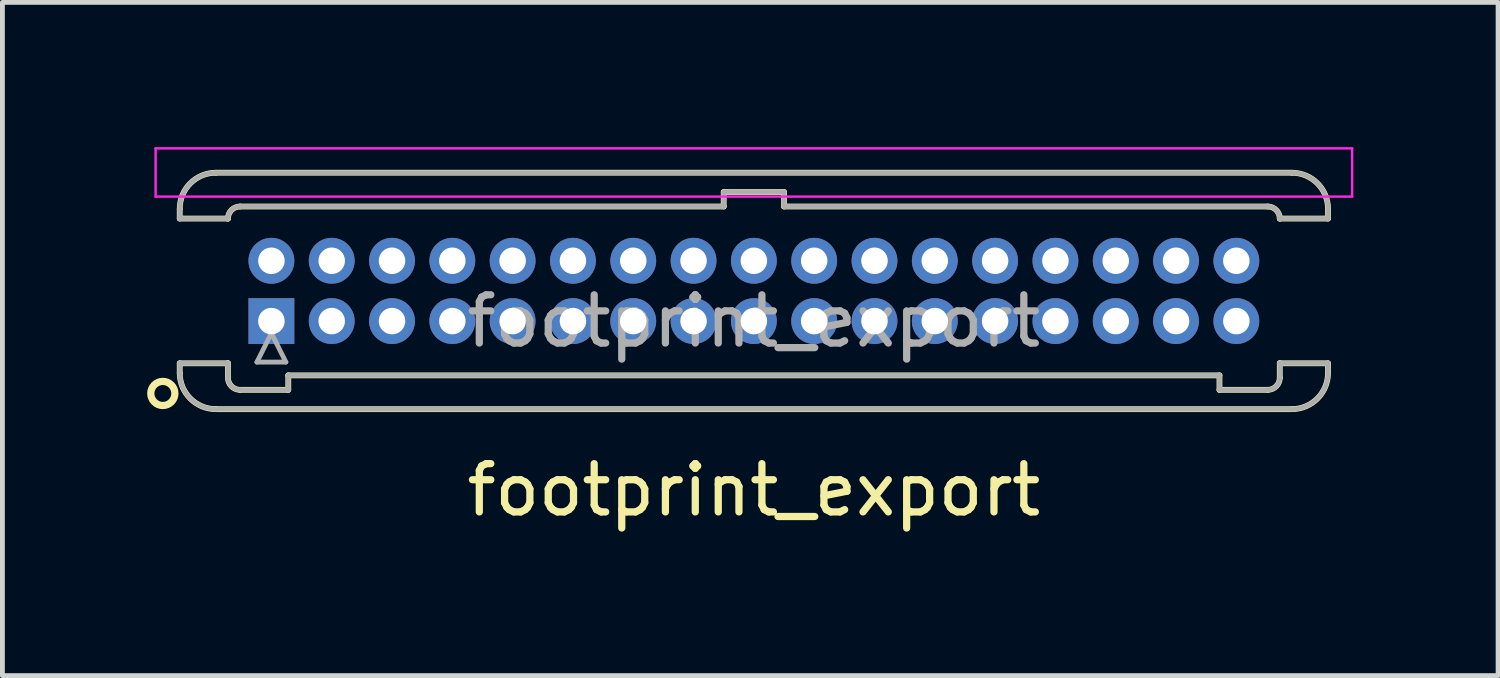
<source format=kicad_pcb>
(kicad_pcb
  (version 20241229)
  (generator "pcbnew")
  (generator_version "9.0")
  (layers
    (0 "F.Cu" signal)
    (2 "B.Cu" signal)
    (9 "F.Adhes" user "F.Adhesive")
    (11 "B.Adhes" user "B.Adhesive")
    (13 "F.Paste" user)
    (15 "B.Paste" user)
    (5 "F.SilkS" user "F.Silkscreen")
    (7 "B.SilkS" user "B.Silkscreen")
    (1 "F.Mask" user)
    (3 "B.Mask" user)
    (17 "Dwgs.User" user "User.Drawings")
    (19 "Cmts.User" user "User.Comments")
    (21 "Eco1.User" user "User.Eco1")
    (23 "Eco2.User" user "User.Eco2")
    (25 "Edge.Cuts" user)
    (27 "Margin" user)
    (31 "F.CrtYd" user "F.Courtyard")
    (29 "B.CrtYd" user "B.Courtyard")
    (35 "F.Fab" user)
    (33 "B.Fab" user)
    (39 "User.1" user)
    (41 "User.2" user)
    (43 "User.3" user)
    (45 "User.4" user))
  (footprint "footprint_export"
    (layer "F.Cu")
    (at 2.575 3.605)
    (property "Reference" "footprint_export" (at 10 3.5 0) (layer "F.SilkS") (effects (font (size 1 1) (thickness 0.15))))
    (attr through_hole)
    (fp_line (start -1.9 -2.325) (end -1.9 -2.125) (stroke (width 0.12) (type solid)) (layer "F.SilkS"))
    (fp_line (start -1.9 -2.125) (end -0.9 -2.125) (stroke (width 0.12) (type solid)) (layer "F.SilkS"))
    (fp_line (start -1.9 0.875) (end -0.9 0.875) (stroke (width 0.12) (type solid)) (layer "F.SilkS"))
    (fp_line (start -1.9 1.075) (end -1.9 0.875) (stroke (width 0.12) (type solid)) (layer "F.SilkS"))
    (fp_line (start -1.15 -3.075) (end 21.15 -3.075) (stroke (width 0.12) (type solid)) (layer "F.SilkS"))
    (fp_line (start -1.15 1.825) (end 21.15 1.825) (stroke (width 0.12) (type solid)) (layer "F.SilkS"))
    (fp_line (start -0.9 -2.125) (end -0.9 -2.125) (stroke (width 0.12) (type solid)) (layer "F.SilkS"))
    (fp_line (start -0.9 0.875) (end -0.9 0.875) (stroke (width 0.12) (type solid)) (layer "F.SilkS"))
    (fp_line (start -0.9 1.175) (end -0.9 0.875) (stroke (width 0.12) (type solid)) (layer "F.SilkS"))
    (fp_line (start -0.65 -2.375) (end 9.375 -2.375) (stroke (width 0.12) (type solid)) (layer "F.SilkS"))
    (fp_line (start -0.65 1.425) (end 0.35 1.425) (stroke (width 0.12) (type solid)) (layer "F.SilkS"))
    (fp_line (start 0.35 1.125) (end 19.65 1.125) (stroke (width 0.12) (type solid)) (layer "F.SilkS"))
    (fp_line (start 0.35 1.425) (end 0.35 1.125) (stroke (width 0.12) (type solid)) (layer "F.SilkS"))
    (fp_line (start 9.375 -2.675) (end 10.625 -2.675) (stroke (width 0.12) (type solid)) (layer "F.SilkS"))
    (fp_line (start 9.375 -2.375) (end 9.375 -2.675) (stroke (width 0.12) (type solid)) (layer "F.SilkS"))
    (fp_line (start 10.625 -2.675) (end 10.625 -2.375) (stroke (width 0.12) (type solid)) (layer "F.SilkS"))
    (fp_line (start 10.625 -2.375) (end 20.65 -2.375) (stroke (width 0.12) (type solid)) (layer "F.SilkS"))
    (fp_line (start 19.65 1.125) (end 19.65 1.425) (stroke (width 0.12) (type solid)) (layer "F.SilkS"))
    (fp_line (start 19.65 1.425) (end 20.65 1.425) (stroke (width 0.12) (type solid)) (layer "F.SilkS"))
    (fp_line (start 20.9 -2.125) (end 20.9 -2.125) (stroke (width 0.12) (type solid)) (layer "F.SilkS"))
    (fp_line (start 20.9 0.875) (end 20.9 0.875) (stroke (width 0.12) (type solid)) (layer "F.SilkS"))
    (fp_line (start 20.9 1.175) (end 20.9 0.875) (stroke (width 0.12) (type solid)) (layer "F.SilkS"))
    (fp_line (start 21.9 -2.325) (end 21.9 -2.125) (stroke (width 0.12) (type solid)) (layer "F.SilkS"))
    (fp_line (start 21.9 -2.125) (end 20.9 -2.125) (stroke (width 0.12) (type solid)) (layer "F.SilkS"))
    (fp_line (start 21.9 0.875) (end 20.9 0.875) (stroke (width 0.12) (type solid)) (layer "F.SilkS"))
    (fp_line (start 21.9 1.075) (end 21.9 0.875) (stroke (width 0.12) (type solid)) (layer "F.SilkS"))
    (fp_arc (start -1.9 -2.325) (mid -1.68033 -2.85533) (end -1.15 -3.075) (stroke (width 0.12) (type solid)) (layer "F.SilkS"))
    (fp_arc (start -1.15 1.825) (mid -1.68033 1.60533) (end -1.9 1.075) (stroke (width 0.12) (type solid)) (layer "F.SilkS"))
    (fp_arc (start -0.9 -2.125) (mid -0.826777 -2.301777) (end -0.65 -2.375) (stroke (width 0.12) (type solid)) (layer "F.SilkS"))
    (fp_arc (start -0.65 1.425) (mid -0.826777 1.351777) (end -0.9 1.175) (stroke (width 0.12) (type solid)) (layer "F.SilkS"))
    (fp_arc (start 20.65 -2.375) (mid 20.826777 -2.301777) (end 20.9 -2.125) (stroke (width 0.12) (type solid)) (layer "F.SilkS"))
    (fp_arc (start 20.9 1.175) (mid 20.826777 1.351777) (end 20.65 1.425) (stroke (width 0.12) (type solid)) (layer "F.SilkS"))
    (fp_arc (start 21.15 -3.075) (mid 21.68033 -2.85533) (end 21.9 -2.325) (stroke (width 0.12) (type solid)) (layer "F.SilkS"))
    (fp_arc (start 21.9 1.075) (mid 21.68033 1.60533) (end 21.15 1.825) (stroke (width 0.12) (type solid)) (layer "F.SilkS"))
    (fp_circle (center -2.25 1.5) (end -2 1.5) (stroke (width 0.15) (type solid)) (fill no) (layer "F.SilkS"))
    (fp_line (start -2.4 -3.58) (end -2.4 -2.58) (stroke (width 0.05) (type solid)) (layer "F.CrtYd"))
    (fp_line (start -2.4 -2.58) (end 22.4 -2.58) (stroke (width 0.05) (type solid)) (layer "F.CrtYd"))
    (fp_line (start 22.4 -3.58) (end -2.4 -3.58) (stroke (width 0.05) (type solid)) (layer "F.CrtYd"))
    (fp_line (start 22.4 -2.58) (end 22.4 -3.58) (stroke (width 0.05) (type solid)) (layer "F.CrtYd"))
    (fp_line (start -1.9 -2.325) (end -1.9 -2.125) (stroke (width 0.1) (type solid)) (layer "F.Fab"))
    (fp_line (start -1.9 -2.125) (end -0.9 -2.125) (stroke (width 0.1) (type solid)) (layer "F.Fab"))
    (fp_line (start -1.9 0.875) (end -0.9 0.875) (stroke (width 0.1) (type solid)) (layer "F.Fab"))
    (fp_line (start -1.9 1.075) (end -1.9 0.875) (stroke (width 0.1) (type solid)) (layer "F.Fab"))
    (fp_line (start -1.15 -3.075) (end 21.15 -3.075) (stroke (width 0.1) (type solid)) (layer "F.Fab"))
    (fp_line (start -1.15 1.825) (end 21.15 1.825) (stroke (width 0.1) (type solid)) (layer "F.Fab"))
    (fp_line (start -0.9 -2.125) (end -0.9 -2.125) (stroke (width 0.1) (type solid)) (layer "F.Fab"))
    (fp_line (start -0.9 0.875) (end -0.9 0.875) (stroke (width 0.1) (type solid)) (layer "F.Fab"))
    (fp_line (start -0.9 1.175) (end -0.9 0.875) (stroke (width 0.1) (type solid)) (layer "F.Fab"))
    (fp_line (start -0.65 -2.375) (end 9.375 -2.375) (stroke (width 0.1) (type solid)) (layer "F.Fab"))
    (fp_line (start -0.65 1.425) (end 0.35 1.425) (stroke (width 0.1) (type solid)) (layer "F.Fab"))
    (fp_line (start -0.3 0.85) (end 0.3 0.85) (stroke (width 0.1) (type solid)) (layer "F.Fab"))
    (fp_line (start 0 0.25) (end -0.3 0.85) (stroke (width 0.1) (type solid)) (layer "F.Fab"))
    (fp_line (start 0.3 0.85) (end 0 0.25) (stroke (width 0.1) (type solid)) (layer "F.Fab"))
    (fp_line (start 0.35 1.125) (end 19.65 1.125) (stroke (width 0.1) (type solid)) (layer "F.Fab"))
    (fp_line (start 0.35 1.425) (end 0.35 1.125) (stroke (width 0.1) (type solid)) (layer "F.Fab"))
    (fp_line (start 9.375 -2.675) (end 10.625 -2.675) (stroke (width 0.1) (type solid)) (layer "F.Fab"))
    (fp_line (start 9.375 -2.375) (end 9.375 -2.675) (stroke (width 0.1) (type solid)) (layer "F.Fab"))
    (fp_line (start 10.625 -2.675) (end 10.625 -2.375) (stroke (width 0.1) (type solid)) (layer "F.Fab"))
    (fp_line (start 10.625 -2.375) (end 20.65 -2.375) (stroke (width 0.1) (type solid)) (layer "F.Fab"))
    (fp_line (start 19.65 1.125) (end 19.65 1.425) (stroke (width 0.1) (type solid)) (layer "F.Fab"))
    (fp_line (start 19.65 1.425) (end 20.65 1.425) (stroke (width 0.1) (type solid)) (layer "F.Fab"))
    (fp_line (start 20.9 -2.125) (end 20.9 -2.125) (stroke (width 0.1) (type solid)) (layer "F.Fab"))
    (fp_line (start 20.9 0.875) (end 20.9 0.875) (stroke (width 0.1) (type solid)) (layer "F.Fab"))
    (fp_line (start 20.9 1.175) (end 20.9 0.875) (stroke (width 0.1) (type solid)) (layer "F.Fab"))
    (fp_line (start 21.9 -2.325) (end 21.9 -2.125) (stroke (width 0.1) (type solid)) (layer "F.Fab"))
    (fp_line (start 21.9 -2.125) (end 20.9 -2.125) (stroke (width 0.1) (type solid)) (layer "F.Fab"))
    (fp_line (start 21.9 0.875) (end 20.9 0.875) (stroke (width 0.1) (type solid)) (layer "F.Fab"))
    (fp_line (start 21.9 1.075) (end 21.9 0.875) (stroke (width 0.1) (type solid)) (layer "F.Fab"))
    (fp_arc (start -1.9 -2.325) (mid -1.68033 -2.85533) (end -1.15 -3.075) (stroke (width 0.1) (type solid)) (layer "F.Fab"))
    (fp_arc (start -1.15 1.825) (mid -1.68033 1.60533) (end -1.9 1.075) (stroke (width 0.1) (type solid)) (layer "F.Fab"))
    (fp_arc (start -0.9 -2.125) (mid -0.826777 -2.301777) (end -0.65 -2.375) (stroke (width 0.1) (type solid)) (layer "F.Fab"))
    (fp_arc (start -0.65 1.425) (mid -0.826777 1.351777) (end -0.9 1.175) (stroke (width 0.1) (type solid)) (layer "F.Fab"))
    (fp_arc (start 20.65 -2.375) (mid 20.826777 -2.301777) (end 20.9 -2.125) (stroke (width 0.1) (type solid)) (layer "F.Fab"))
    (fp_arc (start 20.9 1.175) (mid 20.826777 1.351777) (end 20.65 1.425) (stroke (width 0.1) (type solid)) (layer "F.Fab"))
    (fp_arc (start 21.15 -3.075) (mid 21.68033 -2.85533) (end 21.9 -2.325) (stroke (width 0.1) (type solid)) (layer "F.Fab"))
    (fp_arc (start 21.9 1.075) (mid 21.68033 1.60533) (end 21.15 1.825) (stroke (width 0.1) (type solid)) (layer "F.Fab"))
    (fp_text user "${REFERENCE}" (at 10 0 0) (layer "F.Fab") (effects (font (size 1 1) (thickness 0.15))))
    (pad "1" thru_hole rect (at 0 0) (size 0.95 0.95) (drill 0.55) (layers "*.Cu" "*.Mask"))
    (pad "2" thru_hole circle (at 0 -1.25) (size 0.95 0.95) (drill 0.55) (layers "*.Cu" "*.Mask"))
    (pad "3" thru_hole circle (at 1.25 0) (size 0.95 0.95) (drill 0.55) (layers "*.Cu" "*.Mask"))
    (pad "4" thru_hole circle (at 1.25 -1.25) (size 0.95 0.95) (drill 0.55) (layers "*.Cu" "*.Mask"))
    (pad "5" thru_hole circle (at 2.5 0) (size 0.95 0.95) (drill 0.55) (layers "*.Cu" "*.Mask"))
    (pad "6" thru_hole circle (at 2.5 -1.25) (size 0.95 0.95) (drill 0.55) (layers "*.Cu" "*.Mask"))
    (pad "7" thru_hole circle (at 3.75 0) (size 0.95 0.95) (drill 0.55) (layers "*.Cu" "*.Mask"))
    (pad "8" thru_hole circle (at 3.75 -1.25) (size 0.95 0.95) (drill 0.55) (layers "*.Cu" "*.Mask"))
    (pad "9" thru_hole circle (at 5 0) (size 0.95 0.95) (drill 0.55) (layers "*.Cu" "*.Mask"))
    (pad "10" thru_hole circle (at 5 -1.25) (size 0.95 0.95) (drill 0.55) (layers "*.Cu" "*.Mask"))
    (pad "11" thru_hole circle (at 6.25 0) (size 0.95 0.95) (drill 0.55) (layers "*.Cu" "*.Mask"))
    (pad "12" thru_hole circle (at 6.25 -1.25) (size 0.95 0.95) (drill 0.55) (layers "*.Cu" "*.Mask"))
    (pad "13" thru_hole circle (at 7.5 0) (size 0.95 0.95) (drill 0.55) (layers "*.Cu" "*.Mask"))
    (pad "14" thru_hole circle (at 7.5 -1.25) (size 0.95 0.95) (drill 0.55) (layers "*.Cu" "*.Mask"))
    (pad "15" thru_hole circle (at 8.75 0) (size 0.95 0.95) (drill 0.55) (layers "*.Cu" "*.Mask"))
    (pad "16" thru_hole circle (at 8.75 -1.25) (size 0.95 0.95) (drill 0.55) (layers "*.Cu" "*.Mask"))
    (pad "17" thru_hole circle (at 10 0) (size 0.95 0.95) (drill 0.55) (layers "*.Cu" "*.Mask"))
    (pad "18" thru_hole circle (at 10 -1.25) (size 0.95 0.95) (drill 0.55) (layers "*.Cu" "*.Mask"))
    (pad "19" thru_hole circle (at 11.25 0) (size 0.95 0.95) (drill 0.55) (layers "*.Cu" "*.Mask"))
    (pad "20" thru_hole circle (at 11.25 -1.25) (size 0.95 0.95) (drill 0.55) (layers "*.Cu" "*.Mask"))
    (pad "21" thru_hole circle (at 12.5 0) (size 0.95 0.95) (drill 0.55) (layers "*.Cu" "*.Mask"))
    (pad "22" thru_hole circle (at 12.5 -1.25) (size 0.95 0.95) (drill 0.55) (layers "*.Cu" "*.Mask"))
    (pad "23" thru_hole circle (at 13.75 0) (size 0.95 0.95) (drill 0.55) (layers "*.Cu" "*.Mask"))
    (pad "24" thru_hole circle (at 13.75 -1.25) (size 0.95 0.95) (drill 0.55) (layers "*.Cu" "*.Mask"))
    (pad "25" thru_hole circle (at 15 0) (size 0.95 0.95) (drill 0.55) (layers "*.Cu" "*.Mask"))
    (pad "26" thru_hole circle (at 15 -1.25) (size 0.95 0.95) (drill 0.55) (layers "*.Cu" "*.Mask"))
    (pad "27" thru_hole circle (at 16.25 0) (size 0.95 0.95) (drill 0.55) (layers "*.Cu" "*.Mask"))
    (pad "28" thru_hole circle (at 16.25 -1.25) (size 0.95 0.95) (drill 0.55) (layers "*.Cu" "*.Mask"))
    (pad "29" thru_hole circle (at 17.5 0) (size 0.95 0.95) (drill 0.55) (layers "*.Cu" "*.Mask"))
    (pad "30" thru_hole circle (at 17.5 -1.25) (size 0.95 0.95) (drill 0.55) (layers "*.Cu" "*.Mask"))
    (pad "31" thru_hole circle (at 18.75 0) (size 0.95 0.95) (drill 0.55) (layers "*.Cu" "*.Mask"))
    (pad "32" thru_hole circle (at 18.75 -1.25) (size 0.95 0.95) (drill 0.55) (layers "*.Cu" "*.Mask"))
    (pad "33" thru_hole circle (at 20 0) (size 0.95 0.95) (drill 0.55) (layers "*.Cu" "*.Mask"))
    (pad "34" thru_hole circle (at 20 -1.25) (size 0.95 0.95) (drill 0.55) (layers "*.Cu" "*.Mask")))
  (gr_rect
    (start -3 -3)
    (end 28 10.953)
    (stroke (width 0.1) (type default))
    (fill no)
    (layer "Edge.Cuts")))
</source>
